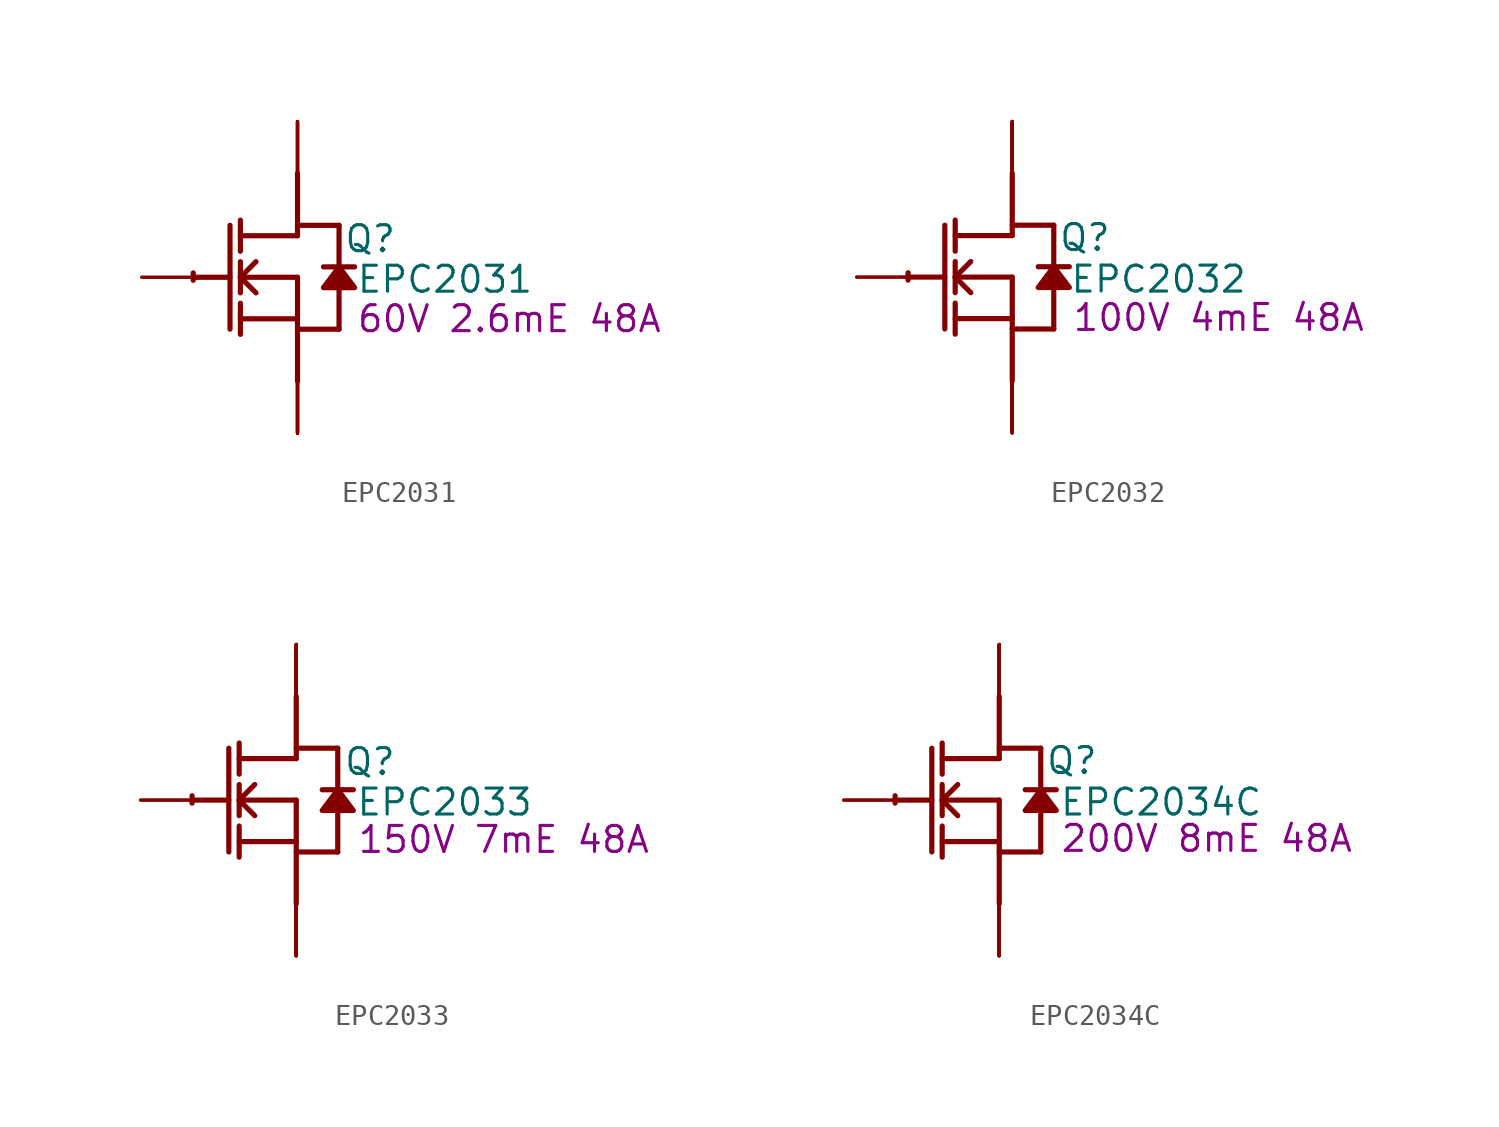
<source format=kicad_sym>
(kicad_symbol_lib
  (version 20241209)
  (generator "kicad_symbol_editor")
  (generator_version "9.0")
  (symbol "EPC2031"
    (property "Reference" "Q"
      (at 3.556 1.88 0)
      (effects (font (size 1.27 1.27))))
    (property "Value" "EPC2031"
      (at 7.214 -0.102 0)
      (effects (font (size 1.27 1.27))))
    (property "Description" "60V 2.6mE 48A"
      (at 10.363 -2.032 0)
      (effects (font (size 1.27 1.27))))
    (symbol "EPC2031_1_0"
      (polyline (pts (xy -5.08 0) (xy -3.302 0)) (stroke (width 0.254) (type solid)) (fill (type none)))
      (polyline (pts (xy -3.302 2.54) (xy -3.302 -2.54)) (stroke (width 0.254) (type solid)) (fill (type none)))
      (polyline (pts (xy -2.794 1.27) (xy -2.794 2.794)) (stroke (width 0.254) (type solid)) (fill (type none)))
      (polyline (pts (xy -2.794 0) (xy -2.032 0.762)) (stroke (width 0.254) (type solid)) (fill (type none)))
      (polyline (pts (xy -2.794 0) (xy 0 0)) (stroke (width 0.254) (type solid)) (fill (type none)))
      (polyline (pts (xy -2.794 -0.762) (xy -2.794 0.762)) (stroke (width 0.254) (type solid)) (fill (type none)))
      (polyline (pts (xy -2.794 -2.032) (xy 0 -2.032)) (stroke (width 0.254) (type solid)) (fill (type none)))
      (polyline (pts (xy -2.794 -2.794) (xy -2.794 -1.27)) (stroke (width 0.254) (type solid)) (fill (type none)))
      (polyline (pts (xy -2.032 -0.762) (xy -2.794 0)) (stroke (width 0.254) (type solid)) (fill (type none)))
      (polyline (pts (xy 0 2.54) (xy 2.032 2.54)) (stroke (width 0.254) (type solid)) (fill (type none)))
      (polyline (pts (xy 0 2.032) (xy -2.794 2.032)) (stroke (width 0.254) (type solid)) (fill (type none)))
      (polyline (pts (xy 0 2.032) (xy 0 5.08)) (stroke (width 0.254) (type solid)) (fill (type none)))
      (polyline (pts (xy 0 0) (xy 0 -5.08)) (stroke (width 0.254) (type solid)) (fill (type none)))
      (polyline (pts (xy 0 -2.54) (xy 2.032 -2.54)) (stroke (width 0.254) (type solid)) (fill (type none)))
      (arc (start -5.1019 -0.1467) (mid -5.1039 0.0331) (end -5.0996 0.2128) (stroke (width 0.254) (type solid)) (fill (type none)))
      (polyline (pts (xy 2.032 2.54) (xy 2.032 0.508)) (stroke (width 0.254) (type solid)) (fill (type none)))
      (polyline (pts (xy 2.032 0.508) (xy 1.27 -0.508) (xy 2.794 -0.508) (xy 2.032 0.508)) (stroke (width 0.254) (type solid)) (fill (type outline)))
      (polyline (pts (xy 2.032 -0.508) (xy 2.032 -2.54)) (stroke (width 0.254) (type solid)) (fill (type none)))
      (polyline (pts (xy 2.794 0.508) (xy 1.27 0.508)) (stroke (width 0.254) (type solid)) (fill (type none)))
      (pin passive line (at -7.62 0 0) (length 2.54) (name "G" (effects (font (size 0 0)))) (number "1" (effects (font (size 0 0)))))
      (pin passive line (at -7.62 0 0) (length 2.54) (name "G" (effects (font (size 0 0)))) (number "2" (effects (font (size 0 0)))))
      (pin open_collector line (at 0 7.62 270) (length 2.54) (name "D6" (effects (font (size 0 0)))) (number "15" (effects (font (size 0 0)))))
      (pin open_collector line (at 0 7.62 270) (length 2.54) (name "D7" (effects (font (size 0 0)))) (number "16" (effects (font (size 0 0)))))
      (pin open_collector line (at 0 7.62 270) (length 2.54) (name "D8" (effects (font (size 0 0)))) (number "17" (effects (font (size 0 0)))))
      (pin open_collector line (at 0 7.62 270) (length 2.54) (name "D9" (effects (font (size 0 0)))) (number "18" (effects (font (size 0 0)))))
      (pin open_collector line (at 0 7.62 270) (length 2.54) (name "D10" (effects (font (size 0 0)))) (number "19" (effects (font (size 0 0)))))
      (pin open_collector line (at 0 7.62 270) (length 2.54) (name "D1" (effects (font (size 0 0)))) (number "5" (effects (font (size 0 0)))))
      (pin open_collector line (at 0 7.62 270) (length 2.54) (name "D2" (effects (font (size 0 0)))) (number "6" (effects (font (size 0 0)))))
      (pin open_collector line (at 0 7.62 270) (length 2.54) (name "D3" (effects (font (size 0 0)))) (number "7" (effects (font (size 0 0)))))
      (pin open_collector line (at 0 7.62 270) (length 2.54) (name "D4" (effects (font (size 0 0)))) (number "8" (effects (font (size 0 0)))))
      (pin open_collector line (at 0 7.62 270) (length 2.54) (name "D5" (effects (font (size 0 0)))) (number "9" (effects (font (size 0 0)))))
      (pin open_emitter line (at 0 -7.62 90) (length 2.54) (name "S3" (effects (font (size 0 0)))) (number "10" (effects (font (size 0 0)))))
      (pin open_emitter line (at 0 -7.62 90) (length 2.54) (name "S4" (effects (font (size 0 0)))) (number "11" (effects (font (size 0 0)))))
      (pin open_emitter line (at 0 -7.62 90) (length 2.54) (name "Sub" (effects (font (size 0 0)))) (number "12" (effects (font (size 0 0)))))
      (pin open_emitter line (at 0 -7.62 90) (length 2.54) (name "S5" (effects (font (size 0 0)))) (number "13" (effects (font (size 0 0)))))
      (pin open_emitter line (at 0 -7.62 90) (length 2.54) (name "S6" (effects (font (size 0 0)))) (number "14" (effects (font (size 0 0)))))
      (pin open_emitter line (at 0 -7.62 90) (length 2.54) (name "S7" (effects (font (size 0 0)))) (number "20" (effects (font (size 0 0)))))
      (pin open_emitter line (at 0 -7.62 90) (length 2.54) (name "S8" (effects (font (size 0 0)))) (number "21" (effects (font (size 0 0)))))
      (pin open_emitter line (at 0 -7.62 90) (length 2.54) (name "S9" (effects (font (size 0 0)))) (number "22" (effects (font (size 0 0)))))
      (pin open_emitter line (at 0 -7.62 90) (length 2.54) (name "S10" (effects (font (size 0 0)))) (number "23" (effects (font (size 0 0)))))
      (pin open_emitter line (at 0 -7.62 90) (length 2.54) (name "S11" (effects (font (size 0 0)))) (number "24" (effects (font (size 0 0)))))
      (pin open_emitter line (at 0 -7.62 90) (length 2.54) (name "S1" (effects (font (size 0 0)))) (number "3" (effects (font (size 0 0)))))
      (pin open_emitter line (at 0 -7.62 90) (length 2.54) (name "S2" (effects (font (size 0 0)))) (number "4" (effects (font (size 0 0)))))))
  (symbol "EPC2032"
    (property "Reference" "Q"
      (at 3.556 1.93 0)
      (effects (font (size 1.27 1.27))))
    (property "Value" "EPC2032"
      (at 7.163 -0.102 0)
      (effects (font (size 1.27 1.27))))
    (property "Description" "100V 4mE 48A"
      (at 10.109 -1.981 0)
      (effects (font (size 1.27 1.27))))
    (symbol "EPC2032_1_0"
      (polyline (pts (xy -5.08 0) (xy -3.302 0)) (stroke (width 0.254) (type solid)) (fill (type none)))
      (polyline (pts (xy -3.302 2.54) (xy -3.302 -2.54)) (stroke (width 0.254) (type solid)) (fill (type none)))
      (polyline (pts (xy -2.794 1.27) (xy -2.794 2.794)) (stroke (width 0.254) (type solid)) (fill (type none)))
      (polyline (pts (xy -2.794 0) (xy -2.032 0.762)) (stroke (width 0.254) (type solid)) (fill (type none)))
      (polyline (pts (xy -2.794 0) (xy 0 0)) (stroke (width 0.254) (type solid)) (fill (type none)))
      (polyline (pts (xy -2.794 -0.762) (xy -2.794 0.762)) (stroke (width 0.254) (type solid)) (fill (type none)))
      (polyline (pts (xy -2.794 -2.032) (xy 0 -2.032)) (stroke (width 0.254) (type solid)) (fill (type none)))
      (polyline (pts (xy -2.794 -2.794) (xy -2.794 -1.27)) (stroke (width 0.254) (type solid)) (fill (type none)))
      (polyline (pts (xy -2.032 -0.762) (xy -2.794 0)) (stroke (width 0.254) (type solid)) (fill (type none)))
      (polyline (pts (xy 0 2.54) (xy 2.032 2.54)) (stroke (width 0.254) (type solid)) (fill (type none)))
      (polyline (pts (xy 0 2.032) (xy -2.794 2.032)) (stroke (width 0.254) (type solid)) (fill (type none)))
      (polyline (pts (xy 0 2.032) (xy 0 5.08)) (stroke (width 0.254) (type solid)) (fill (type none)))
      (polyline (pts (xy 0 0) (xy 0 -5.08)) (stroke (width 0.254) (type solid)) (fill (type none)))
      (polyline (pts (xy 0 -2.54) (xy 2.032 -2.54)) (stroke (width 0.254) (type solid)) (fill (type none)))
      (arc (start -5.1019 -0.1467) (mid -5.1039 0.0331) (end -5.0996 0.2128) (stroke (width 0.254) (type solid)) (fill (type none)))
      (polyline (pts (xy 2.032 2.54) (xy 2.032 0.508)) (stroke (width 0.254) (type solid)) (fill (type none)))
      (polyline (pts (xy 2.032 0.508) (xy 1.27 -0.508) (xy 2.794 -0.508) (xy 2.032 0.508)) (stroke (width 0.254) (type solid)) (fill (type outline)))
      (polyline (pts (xy 2.032 -0.508) (xy 2.032 -2.54)) (stroke (width 0.254) (type solid)) (fill (type none)))
      (polyline (pts (xy 2.794 0.508) (xy 1.27 0.508)) (stroke (width 0.254) (type solid)) (fill (type none)))
      (pin passive line (at -7.62 0 0) (length 2.54) (name "G" (effects (font (size 0 0)))) (number "1" (effects (font (size 0 0)))))
      (pin passive line (at -7.62 0 0) (length 2.54) (name "G" (effects (font (size 0 0)))) (number "2" (effects (font (size 0 0)))))
      (pin open_collector line (at 0 7.62 270) (length 2.54) (name "D6" (effects (font (size 0 0)))) (number "15" (effects (font (size 0 0)))))
      (pin open_collector line (at 0 7.62 270) (length 2.54) (name "D7" (effects (font (size 0 0)))) (number "16" (effects (font (size 0 0)))))
      (pin open_collector line (at 0 7.62 270) (length 2.54) (name "D8" (effects (font (size 0 0)))) (number "17" (effects (font (size 0 0)))))
      (pin open_collector line (at 0 7.62 270) (length 2.54) (name "D9" (effects (font (size 0 0)))) (number "18" (effects (font (size 0 0)))))
      (pin open_collector line (at 0 7.62 270) (length 2.54) (name "D10" (effects (font (size 0 0)))) (number "19" (effects (font (size 0 0)))))
      (pin open_collector line (at 0 7.62 270) (length 2.54) (name "D1" (effects (font (size 0 0)))) (number "5" (effects (font (size 0 0)))))
      (pin open_collector line (at 0 7.62 270) (length 2.54) (name "D2" (effects (font (size 0 0)))) (number "6" (effects (font (size 0 0)))))
      (pin open_collector line (at 0 7.62 270) (length 2.54) (name "D3" (effects (font (size 0 0)))) (number "7" (effects (font (size 0 0)))))
      (pin open_collector line (at 0 7.62 270) (length 2.54) (name "D4" (effects (font (size 0 0)))) (number "8" (effects (font (size 0 0)))))
      (pin open_collector line (at 0 7.62 270) (length 2.54) (name "D5" (effects (font (size 0 0)))) (number "9" (effects (font (size 0 0)))))
      (pin open_emitter line (at 0 -7.62 90) (length 2.54) (name "S3" (effects (font (size 0 0)))) (number "10" (effects (font (size 0 0)))))
      (pin open_emitter line (at 0 -7.62 90) (length 2.54) (name "S4" (effects (font (size 0 0)))) (number "11" (effects (font (size 0 0)))))
      (pin open_emitter line (at 0 -7.62 90) (length 2.54) (name "Sub" (effects (font (size 0 0)))) (number "12" (effects (font (size 0 0)))))
      (pin open_emitter line (at 0 -7.62 90) (length 2.54) (name "S5" (effects (font (size 0 0)))) (number "13" (effects (font (size 0 0)))))
      (pin open_emitter line (at 0 -7.62 90) (length 2.54) (name "S6" (effects (font (size 0 0)))) (number "14" (effects (font (size 0 0)))))
      (pin open_emitter line (at 0 -7.62 90) (length 2.54) (name "S7" (effects (font (size 0 0)))) (number "20" (effects (font (size 0 0)))))
      (pin open_emitter line (at 0 -7.62 90) (length 2.54) (name "S8" (effects (font (size 0 0)))) (number "21" (effects (font (size 0 0)))))
      (pin open_emitter line (at 0 -7.62 90) (length 2.54) (name "S9" (effects (font (size 0 0)))) (number "22" (effects (font (size 0 0)))))
      (pin open_emitter line (at 0 -7.62 90) (length 2.54) (name "S10" (effects (font (size 0 0)))) (number "23" (effects (font (size 0 0)))))
      (pin open_emitter line (at 0 -7.62 90) (length 2.54) (name "S11" (effects (font (size 0 0)))) (number "24" (effects (font (size 0 0)))))
      (pin open_emitter line (at 0 -7.62 90) (length 2.54) (name "S1" (effects (font (size 0 0)))) (number "3" (effects (font (size 0 0)))))
      (pin open_emitter line (at 0 -7.62 90) (length 2.54) (name "S2" (effects (font (size 0 0)))) (number "4" (effects (font (size 0 0)))))))
  (symbol "EPC2033"
    (property "Reference" "Q"
      (at 3.607 1.88 0)
      (effects (font (size 1.27 1.27))))
    (property "Value" "EPC2033"
      (at 7.264 -0.102 0)
      (effects (font (size 1.27 1.27))))
    (property "Description" "150V 7mE 48A"
      (at 10.16 -1.93 0)
      (effects (font (size 1.27 1.27))))
    (symbol "EPC2033_1_0"
      (polyline (pts (xy -5.08 0) (xy -3.302 0)) (stroke (width 0.254) (type solid)) (fill (type none)))
      (polyline (pts (xy -3.302 2.54) (xy -3.302 -2.54)) (stroke (width 0.254) (type solid)) (fill (type none)))
      (polyline (pts (xy -2.794 1.27) (xy -2.794 2.794)) (stroke (width 0.254) (type solid)) (fill (type none)))
      (polyline (pts (xy -2.794 0) (xy -2.032 0.762)) (stroke (width 0.254) (type solid)) (fill (type none)))
      (polyline (pts (xy -2.794 0) (xy 0 0)) (stroke (width 0.254) (type solid)) (fill (type none)))
      (polyline (pts (xy -2.794 -0.762) (xy -2.794 0.762)) (stroke (width 0.254) (type solid)) (fill (type none)))
      (polyline (pts (xy -2.794 -2.032) (xy 0 -2.032)) (stroke (width 0.254) (type solid)) (fill (type none)))
      (polyline (pts (xy -2.794 -2.794) (xy -2.794 -1.27)) (stroke (width 0.254) (type solid)) (fill (type none)))
      (polyline (pts (xy -2.032 -0.762) (xy -2.794 0)) (stroke (width 0.254) (type solid)) (fill (type none)))
      (polyline (pts (xy 0 2.54) (xy 2.032 2.54)) (stroke (width 0.254) (type solid)) (fill (type none)))
      (polyline (pts (xy 0 2.032) (xy -2.794 2.032)) (stroke (width 0.254) (type solid)) (fill (type none)))
      (polyline (pts (xy 0 2.032) (xy 0 5.08)) (stroke (width 0.254) (type solid)) (fill (type none)))
      (polyline (pts (xy 0 0) (xy 0 -5.08)) (stroke (width 0.254) (type solid)) (fill (type none)))
      (polyline (pts (xy 0 -2.54) (xy 2.032 -2.54)) (stroke (width 0.254) (type solid)) (fill (type none)))
      (arc (start -5.1019 -0.1467) (mid -5.1039 0.0331) (end -5.0996 0.2128) (stroke (width 0.254) (type solid)) (fill (type none)))
      (polyline (pts (xy 2.032 2.54) (xy 2.032 0.508)) (stroke (width 0.254) (type solid)) (fill (type none)))
      (polyline (pts (xy 2.032 0.508) (xy 1.27 -0.508) (xy 2.794 -0.508) (xy 2.032 0.508)) (stroke (width 0.254) (type solid)) (fill (type outline)))
      (polyline (pts (xy 2.032 -0.508) (xy 2.032 -2.54)) (stroke (width 0.254) (type solid)) (fill (type none)))
      (polyline (pts (xy 2.794 0.508) (xy 1.27 0.508)) (stroke (width 0.254) (type solid)) (fill (type none)))
      (pin passive line (at -7.62 0 0) (length 2.54) (name "G" (effects (font (size 0 0)))) (number "1" (effects (font (size 0 0)))))
      (pin passive line (at -7.62 0 0) (length 2.54) (name "G" (effects (font (size 0 0)))) (number "2" (effects (font (size 0 0)))))
      (pin open_collector line (at 0 7.62 270) (length 2.54) (name "D6" (effects (font (size 0 0)))) (number "15" (effects (font (size 0 0)))))
      (pin open_collector line (at 0 7.62 270) (length 2.54) (name "D7" (effects (font (size 0 0)))) (number "16" (effects (font (size 0 0)))))
      (pin open_collector line (at 0 7.62 270) (length 2.54) (name "D8" (effects (font (size 0 0)))) (number "17" (effects (font (size 0 0)))))
      (pin open_collector line (at 0 7.62 270) (length 2.54) (name "D9" (effects (font (size 0 0)))) (number "18" (effects (font (size 0 0)))))
      (pin open_collector line (at 0 7.62 270) (length 2.54) (name "D10" (effects (font (size 0 0)))) (number "19" (effects (font (size 0 0)))))
      (pin open_collector line (at 0 7.62 270) (length 2.54) (name "D1" (effects (font (size 0 0)))) (number "5" (effects (font (size 0 0)))))
      (pin open_collector line (at 0 7.62 270) (length 2.54) (name "D2" (effects (font (size 0 0)))) (number "6" (effects (font (size 0 0)))))
      (pin open_collector line (at 0 7.62 270) (length 2.54) (name "D3" (effects (font (size 0 0)))) (number "7" (effects (font (size 0 0)))))
      (pin open_collector line (at 0 7.62 270) (length 2.54) (name "D4" (effects (font (size 0 0)))) (number "8" (effects (font (size 0 0)))))
      (pin open_collector line (at 0 7.62 270) (length 2.54) (name "D5" (effects (font (size 0 0)))) (number "9" (effects (font (size 0 0)))))
      (pin open_emitter line (at 0 -7.62 90) (length 2.54) (name "S3" (effects (font (size 0 0)))) (number "10" (effects (font (size 0 0)))))
      (pin open_emitter line (at 0 -7.62 90) (length 2.54) (name "S4" (effects (font (size 0 0)))) (number "11" (effects (font (size 0 0)))))
      (pin open_emitter line (at 0 -7.62 90) (length 2.54) (name "Sub" (effects (font (size 0 0)))) (number "12" (effects (font (size 0 0)))))
      (pin open_emitter line (at 0 -7.62 90) (length 2.54) (name "S5" (effects (font (size 0 0)))) (number "13" (effects (font (size 0 0)))))
      (pin open_emitter line (at 0 -7.62 90) (length 2.54) (name "S6" (effects (font (size 0 0)))) (number "14" (effects (font (size 0 0)))))
      (pin open_emitter line (at 0 -7.62 90) (length 2.54) (name "S7" (effects (font (size 0 0)))) (number "20" (effects (font (size 0 0)))))
      (pin open_emitter line (at 0 -7.62 90) (length 2.54) (name "S8" (effects (font (size 0 0)))) (number "21" (effects (font (size 0 0)))))
      (pin open_emitter line (at 0 -7.62 90) (length 2.54) (name "S9" (effects (font (size 0 0)))) (number "22" (effects (font (size 0 0)))))
      (pin open_emitter line (at 0 -7.62 90) (length 2.54) (name "S10" (effects (font (size 0 0)))) (number "23" (effects (font (size 0 0)))))
      (pin open_emitter line (at 0 -7.62 90) (length 2.54) (name "S11" (effects (font (size 0 0)))) (number "24" (effects (font (size 0 0)))))
      (pin open_emitter line (at 0 -7.62 90) (length 2.54) (name "S1" (effects (font (size 0 0)))) (number "3" (effects (font (size 0 0)))))
      (pin open_emitter line (at 0 -7.62 90) (length 2.54) (name "S2" (effects (font (size 0 0)))) (number "4" (effects (font (size 0 0)))))))
  (symbol "EPC2034C"
    (property "Reference" "Q"
      (at 3.556 1.93 0)
      (effects (font (size 1.27 1.27))))
    (property "Value" "EPC2034C"
      (at 7.925 -0.102 0)
      (effects (font (size 1.27 1.27))))
    (property "Description" "200V 8mE 48A"
      (at 10.16 -1.88 0)
      (effects (font (size 1.27 1.27))))
    (symbol "EPC2034C_1_0"
      (polyline (pts (xy -5.08 0) (xy -3.302 0)) (stroke (width 0.254) (type solid)) (fill (type none)))
      (polyline (pts (xy -3.302 2.54) (xy -3.302 -2.54)) (stroke (width 0.254) (type solid)) (fill (type none)))
      (polyline (pts (xy -2.794 1.27) (xy -2.794 2.794)) (stroke (width 0.254) (type solid)) (fill (type none)))
      (polyline (pts (xy -2.794 0) (xy -2.032 0.762)) (stroke (width 0.254) (type solid)) (fill (type none)))
      (polyline (pts (xy -2.794 0) (xy 0 0)) (stroke (width 0.254) (type solid)) (fill (type none)))
      (polyline (pts (xy -2.794 -0.762) (xy -2.794 0.762)) (stroke (width 0.254) (type solid)) (fill (type none)))
      (polyline (pts (xy -2.794 -2.032) (xy 0 -2.032)) (stroke (width 0.254) (type solid)) (fill (type none)))
      (polyline (pts (xy -2.794 -2.794) (xy -2.794 -1.27)) (stroke (width 0.254) (type solid)) (fill (type none)))
      (polyline (pts (xy -2.032 -0.762) (xy -2.794 0)) (stroke (width 0.254) (type solid)) (fill (type none)))
      (polyline (pts (xy 0 2.54) (xy 2.032 2.54)) (stroke (width 0.254) (type solid)) (fill (type none)))
      (polyline (pts (xy 0 2.032) (xy -2.794 2.032)) (stroke (width 0.254) (type solid)) (fill (type none)))
      (polyline (pts (xy 0 2.032) (xy 0 5.08)) (stroke (width 0.254) (type solid)) (fill (type none)))
      (polyline (pts (xy 0 0) (xy 0 -5.08)) (stroke (width 0.254) (type solid)) (fill (type none)))
      (polyline (pts (xy 0 -2.54) (xy 2.032 -2.54)) (stroke (width 0.254) (type solid)) (fill (type none)))
      (arc (start -5.1019 -0.1467) (mid -5.1039 0.0331) (end -5.0996 0.2128) (stroke (width 0.254) (type solid)) (fill (type none)))
      (polyline (pts (xy 2.032 2.54) (xy 2.032 0.508)) (stroke (width 0.254) (type solid)) (fill (type none)))
      (polyline (pts (xy 2.032 0.508) (xy 1.27 -0.508) (xy 2.794 -0.508) (xy 2.032 0.508)) (stroke (width 0.254) (type solid)) (fill (type outline)))
      (polyline (pts (xy 2.032 -0.508) (xy 2.032 -2.54)) (stroke (width 0.254) (type solid)) (fill (type none)))
      (polyline (pts (xy 2.794 0.508) (xy 1.27 0.508)) (stroke (width 0.254) (type solid)) (fill (type none)))
      (pin passive line (at -7.62 0 0) (length 2.54) (name "G" (effects (font (size 0 0)))) (number "1" (effects (font (size 0 0)))))
      (pin passive line (at -7.62 0 0) (length 2.54) (name "G" (effects (font (size 0 0)))) (number "2" (effects (font (size 0 0)))))
      (pin open_collector line (at 0 7.62 270) (length 2.54) (name "D6" (effects (font (size 0 0)))) (number "15" (effects (font (size 0 0)))))
      (pin open_collector line (at 0 7.62 270) (length 2.54) (name "D7" (effects (font (size 0 0)))) (number "16" (effects (font (size 0 0)))))
      (pin open_collector line (at 0 7.62 270) (length 2.54) (name "D8" (effects (font (size 0 0)))) (number "17" (effects (font (size 0 0)))))
      (pin open_collector line (at 0 7.62 270) (length 2.54) (name "D9" (effects (font (size 0 0)))) (number "18" (effects (font (size 0 0)))))
      (pin open_collector line (at 0 7.62 270) (length 2.54) (name "D10" (effects (font (size 0 0)))) (number "19" (effects (font (size 0 0)))))
      (pin open_collector line (at 0 7.62 270) (length 2.54) (name "D1" (effects (font (size 0 0)))) (number "5" (effects (font (size 0 0)))))
      (pin open_collector line (at 0 7.62 270) (length 2.54) (name "D2" (effects (font (size 0 0)))) (number "6" (effects (font (size 0 0)))))
      (pin open_collector line (at 0 7.62 270) (length 2.54) (name "D3" (effects (font (size 0 0)))) (number "7" (effects (font (size 0 0)))))
      (pin open_collector line (at 0 7.62 270) (length 2.54) (name "D4" (effects (font (size 0 0)))) (number "8" (effects (font (size 0 0)))))
      (pin open_collector line (at 0 7.62 270) (length 2.54) (name "D5" (effects (font (size 0 0)))) (number "9" (effects (font (size 0 0)))))
      (pin open_emitter line (at 0 -7.62 90) (length 2.54) (name "S3" (effects (font (size 0 0)))) (number "10" (effects (font (size 0 0)))))
      (pin open_emitter line (at 0 -7.62 90) (length 2.54) (name "S4" (effects (font (size 0 0)))) (number "11" (effects (font (size 0 0)))))
      (pin open_emitter line (at 0 -7.62 90) (length 2.54) (name "Sub" (effects (font (size 0 0)))) (number "12" (effects (font (size 0 0)))))
      (pin open_emitter line (at 0 -7.62 90) (length 2.54) (name "S5" (effects (font (size 0 0)))) (number "13" (effects (font (size 0 0)))))
      (pin open_emitter line (at 0 -7.62 90) (length 2.54) (name "S6" (effects (font (size 0 0)))) (number "14" (effects (font (size 0 0)))))
      (pin open_emitter line (at 0 -7.62 90) (length 2.54) (name "S7" (effects (font (size 0 0)))) (number "20" (effects (font (size 0 0)))))
      (pin open_emitter line (at 0 -7.62 90) (length 2.54) (name "S8" (effects (font (size 0 0)))) (number "21" (effects (font (size 0 0)))))
      (pin open_emitter line (at 0 -7.62 90) (length 2.54) (name "S9" (effects (font (size 0 0)))) (number "22" (effects (font (size 0 0)))))
      (pin open_emitter line (at 0 -7.62 90) (length 2.54) (name "S10" (effects (font (size 0 0)))) (number "23" (effects (font (size 0 0)))))
      (pin open_emitter line (at 0 -7.62 90) (length 2.54) (name "S11" (effects (font (size 0 0)))) (number "24" (effects (font (size 0 0)))))
      (pin open_emitter line (at 0 -7.62 90) (length 2.54) (name "S1" (effects (font (size 0 0)))) (number "3" (effects (font (size 0 0)))))
      (pin open_emitter line (at 0 -7.62 90) (length 2.54) (name "S2" (effects (font (size 0 0)))) (number "4" (effects (font (size 0 0))))))))
</source>
